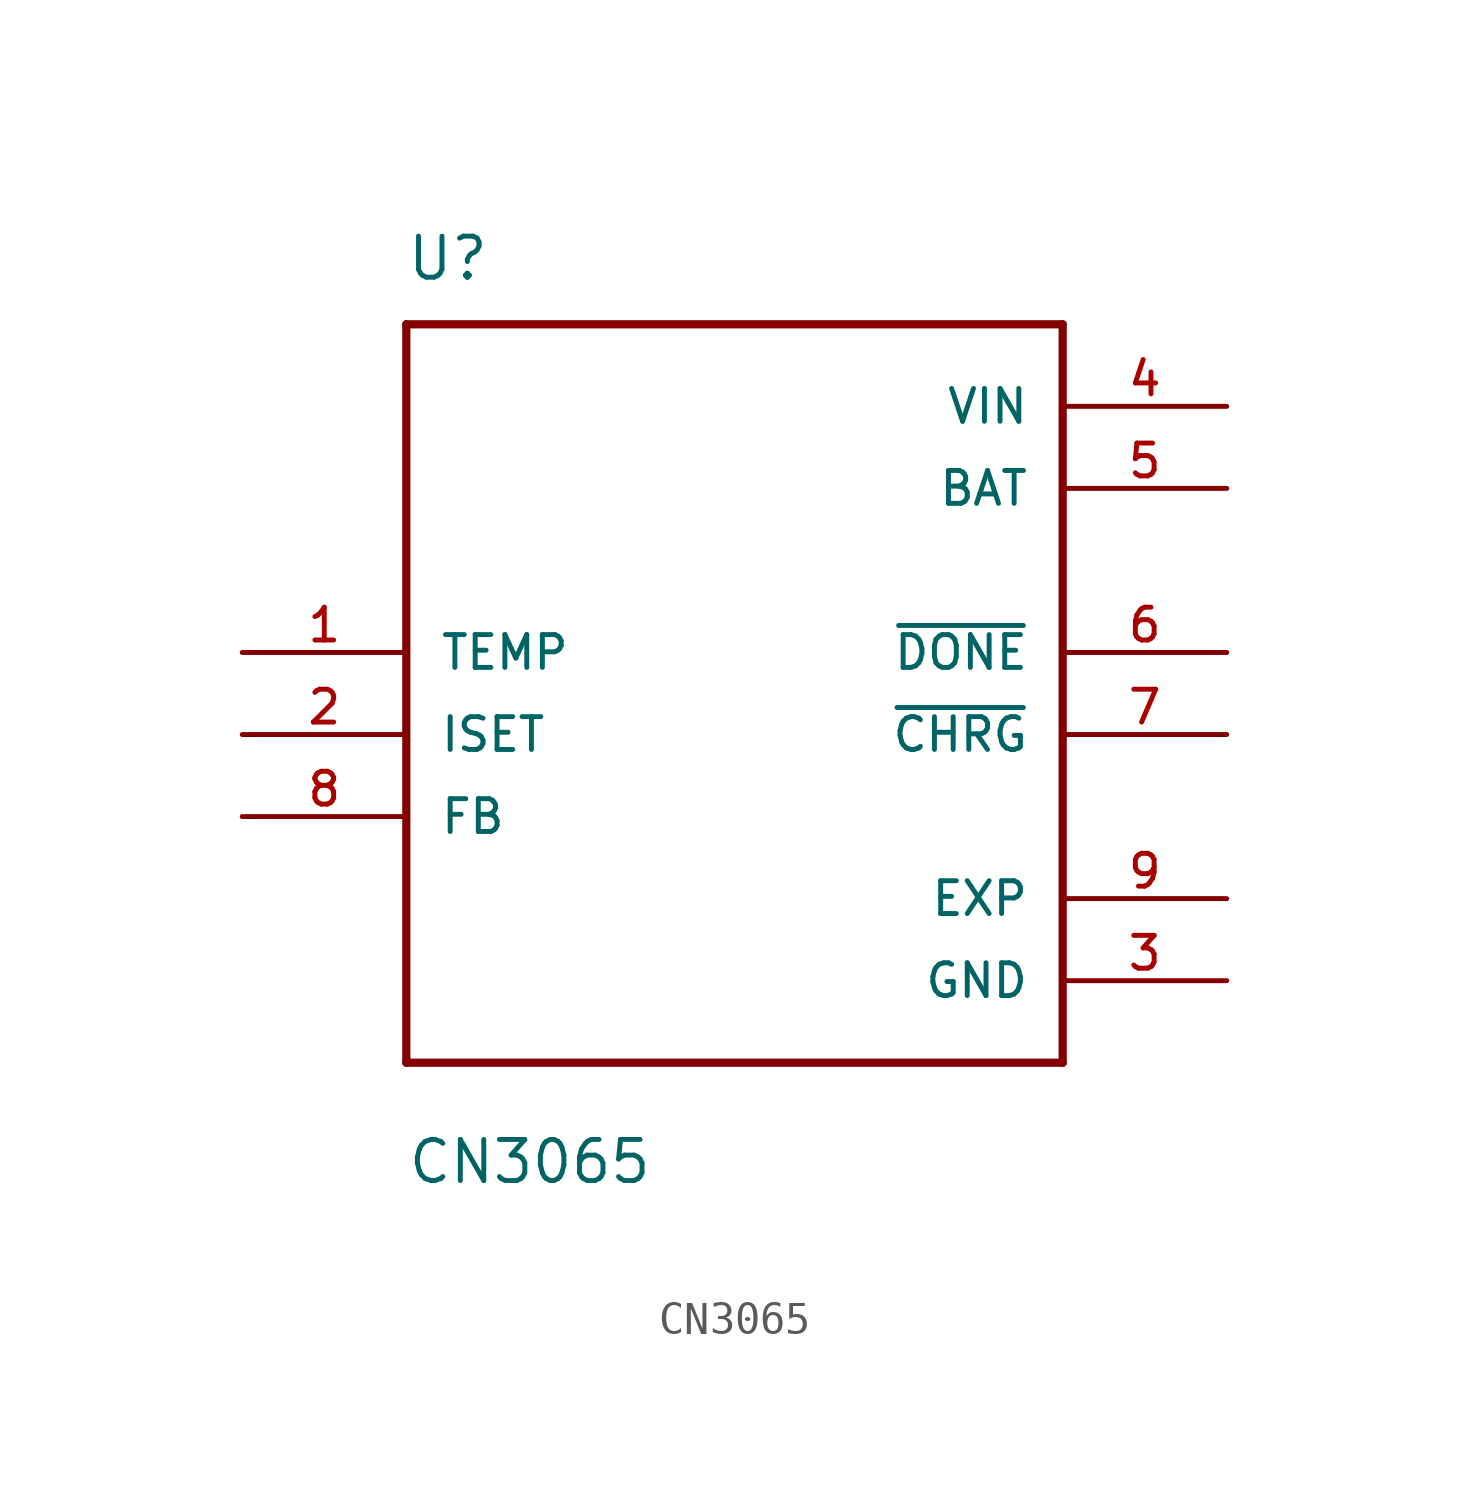
<source format=kicad_sym>
(kicad_symbol_lib
  (version 20201005)
  (generator kicad_symbol_editor)
  (symbol "CN3065"
    (pin_names
      (offset 1.016))
    (property "Reference" "U"
      (at -10.185 13.995 0)
      (effects (font (size 1.27 1.27)) (justify left bottom)))
    (property "Value" "CN3065"
      (at -10.16 -13.97 0)
      (effects (font (size 1.27 1.27)) (justify left bottom)))
    (property "ki_locked" ""
      (at 0 0 0)
      (effects (font (size 1.27 1.27))))
    (symbol "CN3065_0_0"
      (polyline (pts (xy -10.16 -10.16) (xy -10.16 12.7)) (stroke (width 0.254)) (fill (type none)))
      (polyline (pts (xy -10.16 12.7) (xy 10.16 12.7)) (stroke (width 0.254)) (fill (type none)))
      (polyline (pts (xy 10.16 -10.16) (xy -10.16 -10.16)) (stroke (width 0.254)) (fill (type none)))
      (polyline (pts (xy 10.16 12.7) (xy 10.16 -10.16)) (stroke (width 0.254)) (fill (type none)))
      (pin input line (at -15.24 2.54 0) (length 5.08) (name "TEMP" (effects (font (size 1.016 1.016)))) (number "1" (effects (font (size 1.016 1.016)))))
      (pin input line (at -15.24 0 0) (length 5.08) (name "ISET" (effects (font (size 1.016 1.016)))) (number "2" (effects (font (size 1.016 1.016)))))
      (pin power_in line (at 15.24 -7.62 180) (length 5.08) (name "GND" (effects (font (size 1.016 1.016)))) (number "3" (effects (font (size 1.016 1.016)))))
      (pin power_in line (at 15.24 10.16 180) (length 5.08) (name "VIN" (effects (font (size 1.016 1.016)))) (number "4" (effects (font (size 1.016 1.016)))))
      (pin power_in line (at 15.24 7.62 180) (length 5.08) (name "BAT" (effects (font (size 1.016 1.016)))) (number "5" (effects (font (size 1.016 1.016)))))
      (pin output line (at 15.24 2.54 180) (length 5.08) (name "~DONE~" (effects (font (size 1.016 1.016)))) (number "6" (effects (font (size 1.016 1.016)))))
      (pin output line (at 15.24 0 180) (length 5.08) (name "~CHRG~" (effects (font (size 1.016 1.016)))) (number "7" (effects (font (size 1.016 1.016)))))
      (pin input line (at -15.24 -2.54 0) (length 5.08) (name "FB" (effects (font (size 1.016 1.016)))) (number "8" (effects (font (size 1.016 1.016)))))
      (pin power_in line (at 15.24 -5.08 180) (length 5.08) (name "EXP" (effects (font (size 1.016 1.016)))) (number "9" (effects (font (size 1.016 1.016))))))))
</source>
